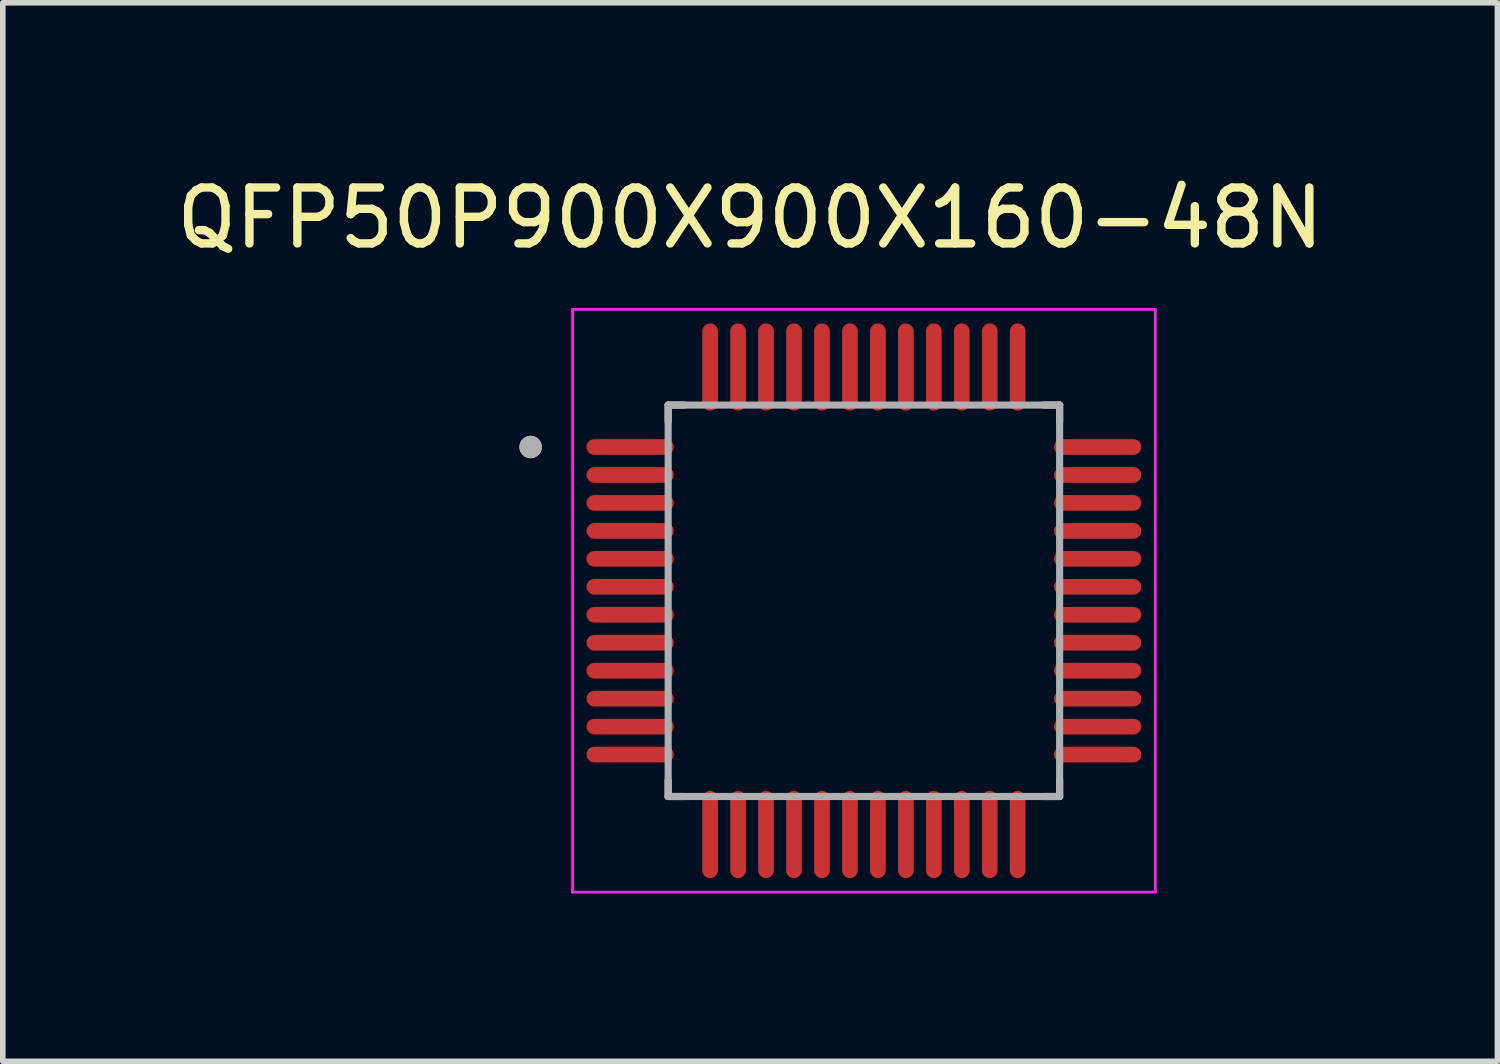
<source format=kicad_pcb>
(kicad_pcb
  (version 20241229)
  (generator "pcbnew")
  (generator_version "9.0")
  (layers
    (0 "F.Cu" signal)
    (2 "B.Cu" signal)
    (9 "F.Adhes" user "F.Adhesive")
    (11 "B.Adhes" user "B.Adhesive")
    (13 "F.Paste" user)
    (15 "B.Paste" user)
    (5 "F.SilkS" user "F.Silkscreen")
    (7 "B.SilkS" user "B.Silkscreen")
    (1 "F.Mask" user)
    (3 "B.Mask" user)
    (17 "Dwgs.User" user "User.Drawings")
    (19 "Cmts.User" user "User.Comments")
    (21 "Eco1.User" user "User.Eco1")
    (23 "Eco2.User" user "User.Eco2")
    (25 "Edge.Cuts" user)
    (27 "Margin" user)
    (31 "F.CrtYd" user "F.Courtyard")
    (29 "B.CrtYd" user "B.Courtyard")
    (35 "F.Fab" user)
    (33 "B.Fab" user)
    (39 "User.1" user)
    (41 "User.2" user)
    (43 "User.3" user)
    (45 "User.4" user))
  (footprint "QFP50P900X900X160-48N"
    (layer "F.Cu")
    (at 12.398 7.693)
    (property "Reference" "QFP50P900X900X160-48N" (at -2.035 -6.845 0) (layer "F.SilkS") (effects (font (size 1 1) (thickness 0.15))))
    (attr smd)
    (fp_line (start -3.5 -3.5) (end -3.21 -3.5) (stroke (width 0.127) (type solid)) (layer "F.SilkS"))
    (fp_line (start -3.5 -3.21) (end -3.5 -3.5) (stroke (width 0.127) (type solid)) (layer "F.SilkS"))
    (fp_line (start -3.5 3.5) (end -3.5 3.21) (stroke (width 0.127) (type solid)) (layer "F.SilkS"))
    (fp_line (start -3.21 3.5) (end -3.5 3.5) (stroke (width 0.127) (type solid)) (layer "F.SilkS"))
    (fp_line (start 3.21 -3.5) (end 3.5 -3.5) (stroke (width 0.127) (type solid)) (layer "F.SilkS"))
    (fp_line (start 3.5 -3.5) (end 3.5 -3.21) (stroke (width 0.127) (type solid)) (layer "F.SilkS"))
    (fp_line (start 3.5 3.5) (end 3.21 3.5) (stroke (width 0.127) (type solid)) (layer "F.SilkS"))
    (fp_line (start 3.5 3.5) (end 3.5 3.21) (stroke (width 0.127) (type solid)) (layer "F.SilkS"))
    (fp_circle (center -5.96 -2.75) (end -5.86 -2.75) (stroke (width 0.2) (type solid)) (fill no) (layer "F.SilkS"))
    (fp_line (start -5.21 -5.21) (end -5.21 5.21) (stroke (width 0.05) (type solid)) (layer "F.CrtYd"))
    (fp_line (start -5.21 5.21) (end 5.21 5.21) (stroke (width 0.05) (type solid)) (layer "F.CrtYd"))
    (fp_line (start 5.21 -5.21) (end -5.21 -5.21) (stroke (width 0.05) (type solid)) (layer "F.CrtYd"))
    (fp_line (start 5.21 5.21) (end 5.21 -5.21) (stroke (width 0.05) (type solid)) (layer "F.CrtYd"))
    (fp_line (start -3.5 -3.5) (end 3.5 -3.5) (stroke (width 0.127) (type solid)) (layer "F.Fab"))
    (fp_line (start -3.5 3.5) (end -3.5 -3.5) (stroke (width 0.127) (type solid)) (layer "F.Fab"))
    (fp_line (start 3.5 -3.5) (end 3.5 3.5) (stroke (width 0.127) (type solid)) (layer "F.Fab"))
    (fp_line (start 3.5 3.5) (end -3.5 3.5) (stroke (width 0.127) (type solid)) (layer "F.Fab"))
    (fp_circle (center -5.96 -2.75) (end -5.86 -2.75) (stroke (width 0.2) (type solid)) (fill no) (layer "F.Fab"))
    (pad "1" smd oval (at -4.18 -2.75) (size 1.56 0.28) (layers "F.Cu" "F.Mask" "F.Paste"))
    (pad "2" smd oval (at -4.18 -2.25) (size 1.56 0.28) (layers "F.Cu" "F.Mask" "F.Paste"))
    (pad "3" smd oval (at -4.18 -1.75) (size 1.56 0.28) (layers "F.Cu" "F.Mask" "F.Paste"))
    (pad "4" smd oval (at -4.18 -1.25) (size 1.56 0.28) (layers "F.Cu" "F.Mask" "F.Paste"))
    (pad "5" smd oval (at -4.18 -0.75) (size 1.56 0.28) (layers "F.Cu" "F.Mask" "F.Paste"))
    (pad "6" smd oval (at -4.18 -0.25) (size 1.56 0.28) (layers "F.Cu" "F.Mask" "F.Paste"))
    (pad "7" smd oval (at -4.18 0.25) (size 1.56 0.28) (layers "F.Cu" "F.Mask" "F.Paste"))
    (pad "8" smd oval (at -4.18 0.75) (size 1.56 0.28) (layers "F.Cu" "F.Mask" "F.Paste"))
    (pad "9" smd oval (at -4.18 1.25) (size 1.56 0.28) (layers "F.Cu" "F.Mask" "F.Paste"))
    (pad "10" smd oval (at -4.18 1.75) (size 1.56 0.28) (layers "F.Cu" "F.Mask" "F.Paste"))
    (pad "11" smd oval (at -4.18 2.25) (size 1.56 0.28) (layers "F.Cu" "F.Mask" "F.Paste"))
    (pad "12" smd oval (at -4.18 2.75) (size 1.56 0.28) (layers "F.Cu" "F.Mask" "F.Paste"))
    (pad "13" smd oval (at -2.75 4.18) (size 0.28 1.56) (layers "F.Cu" "F.Mask" "F.Paste"))
    (pad "14" smd oval (at -2.25 4.18) (size 0.28 1.56) (layers "F.Cu" "F.Mask" "F.Paste"))
    (pad "15" smd oval (at -1.75 4.18) (size 0.28 1.56) (layers "F.Cu" "F.Mask" "F.Paste"))
    (pad "16" smd oval (at -1.25 4.18) (size 0.28 1.56) (layers "F.Cu" "F.Mask" "F.Paste"))
    (pad "17" smd oval (at -0.75 4.18) (size 0.28 1.56) (layers "F.Cu" "F.Mask" "F.Paste"))
    (pad "18" smd oval (at -0.25 4.18) (size 0.28 1.56) (layers "F.Cu" "F.Mask" "F.Paste"))
    (pad "19" smd oval (at 0.25 4.18) (size 0.28 1.56) (layers "F.Cu" "F.Mask" "F.Paste"))
    (pad "20" smd oval (at 0.75 4.18) (size 0.28 1.56) (layers "F.Cu" "F.Mask" "F.Paste"))
    (pad "21" smd oval (at 1.25 4.18) (size 0.28 1.56) (layers "F.Cu" "F.Mask" "F.Paste"))
    (pad "22" smd oval (at 1.75 4.18) (size 0.28 1.56) (layers "F.Cu" "F.Mask" "F.Paste"))
    (pad "23" smd oval (at 2.25 4.18) (size 0.28 1.56) (layers "F.Cu" "F.Mask" "F.Paste"))
    (pad "24" smd oval (at 2.75 4.18) (size 0.28 1.56) (layers "F.Cu" "F.Mask" "F.Paste"))
    (pad "25" smd oval (at 4.18 2.75) (size 1.56 0.28) (layers "F.Cu" "F.Mask" "F.Paste"))
    (pad "26" smd oval (at 4.18 2.25) (size 1.56 0.28) (layers "F.Cu" "F.Mask" "F.Paste"))
    (pad "27" smd oval (at 4.18 1.75) (size 1.56 0.28) (layers "F.Cu" "F.Mask" "F.Paste"))
    (pad "28" smd oval (at 4.18 1.25) (size 1.56 0.28) (layers "F.Cu" "F.Mask" "F.Paste"))
    (pad "29" smd oval (at 4.18 0.75) (size 1.56 0.28) (layers "F.Cu" "F.Mask" "F.Paste"))
    (pad "30" smd oval (at 4.18 0.25) (size 1.56 0.28) (layers "F.Cu" "F.Mask" "F.Paste"))
    (pad "31" smd oval (at 4.18 -0.25) (size 1.56 0.28) (layers "F.Cu" "F.Mask" "F.Paste"))
    (pad "32" smd oval (at 4.18 -0.75) (size 1.56 0.28) (layers "F.Cu" "F.Mask" "F.Paste"))
    (pad "33" smd oval (at 4.18 -1.25) (size 1.56 0.28) (layers "F.Cu" "F.Mask" "F.Paste"))
    (pad "34" smd oval (at 4.18 -1.75) (size 1.56 0.28) (layers "F.Cu" "F.Mask" "F.Paste"))
    (pad "35" smd oval (at 4.18 -2.25) (size 1.56 0.28) (layers "F.Cu" "F.Mask" "F.Paste"))
    (pad "36" smd oval (at 4.18 -2.75) (size 1.56 0.28) (layers "F.Cu" "F.Mask" "F.Paste"))
    (pad "37" smd oval (at 2.75 -4.18) (size 0.28 1.56) (layers "F.Cu" "F.Mask" "F.Paste"))
    (pad "38" smd oval (at 2.25 -4.18) (size 0.28 1.56) (layers "F.Cu" "F.Mask" "F.Paste"))
    (pad "39" smd oval (at 1.75 -4.18) (size 0.28 1.56) (layers "F.Cu" "F.Mask" "F.Paste"))
    (pad "40" smd oval (at 1.25 -4.18) (size 0.28 1.56) (layers "F.Cu" "F.Mask" "F.Paste"))
    (pad "41" smd oval (at 0.75 -4.18) (size 0.28 1.56) (layers "F.Cu" "F.Mask" "F.Paste"))
    (pad "42" smd oval (at 0.25 -4.18) (size 0.28 1.56) (layers "F.Cu" "F.Mask" "F.Paste"))
    (pad "43" smd oval (at -0.25 -4.18) (size 0.28 1.56) (layers "F.Cu" "F.Mask" "F.Paste"))
    (pad "44" smd oval (at -0.75 -4.18) (size 0.28 1.56) (layers "F.Cu" "F.Mask" "F.Paste"))
    (pad "45" smd oval (at -1.25 -4.18) (size 0.28 1.56) (layers "F.Cu" "F.Mask" "F.Paste"))
    (pad "46" smd oval (at -1.75 -4.18) (size 0.28 1.56) (layers "F.Cu" "F.Mask" "F.Paste"))
    (pad "47" smd oval (at -2.25 -4.18) (size 0.28 1.56) (layers "F.Cu" "F.Mask" "F.Paste"))
    (pad "48" smd oval (at -2.75 -4.18) (size 0.28 1.56) (layers "F.Cu" "F.Mask" "F.Paste")))
  (gr_rect
    (start -3 -3)
    (end 23.726 15.928)
    (stroke (width 0.1) (type default))
    (fill no)
    (layer "Edge.Cuts")))
</source>
